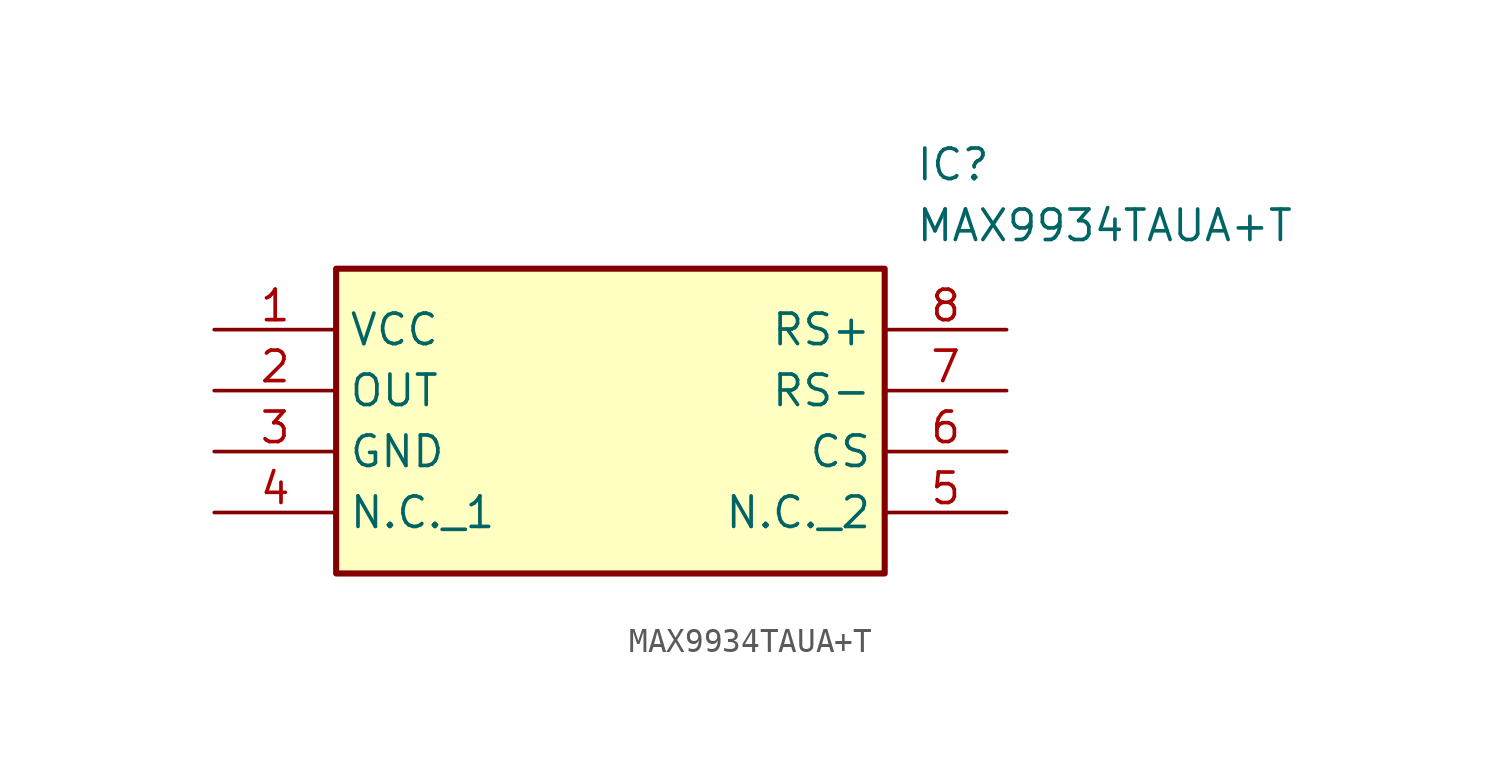
<source format=kicad_sym>
(kicad_symbol_lib
  (version 20220914)
  (generator kicad_symbol_editor)
  (symbol "MAX9934TAUA+T"
    (property "Reference" "IC"
      (at 29.21 7.62 0)
      (effects (font (size 1.27 1.27)) (justify left top)))
    (property "Value" "MAX9934TAUA+T"
      (at 29.21 5.08 0)
      (effects (font (size 1.27 1.27)) (justify left top)))
    (symbol "MAX9934TAUA+T_1_1"
      (rectangle (start 5.08 2.54) (end 27.94 -10.16) (stroke (width 0.254) (type default)) (fill (type background)))
      (pin passive line (at 0 0 0) (length 5.08) (name "VCC" (effects (font (size 1.27 1.27)))) (number "1" (effects (font (size 1.27 1.27)))))
      (pin passive line (at 0 -2.54 0) (length 5.08) (name "OUT" (effects (font (size 1.27 1.27)))) (number "2" (effects (font (size 1.27 1.27)))))
      (pin passive line (at 0 -5.08 0) (length 5.08) (name "GND" (effects (font (size 1.27 1.27)))) (number "3" (effects (font (size 1.27 1.27)))))
      (pin passive line (at 0 -7.62 0) (length 5.08) (name "N.C._1" (effects (font (size 1.27 1.27)))) (number "4" (effects (font (size 1.27 1.27)))))
      (pin passive line (at 33.02 -7.62 180) (length 5.08) (name "N.C._2" (effects (font (size 1.27 1.27)))) (number "5" (effects (font (size 1.27 1.27)))))
      (pin passive line (at 33.02 -5.08 180) (length 5.08) (name "CS" (effects (font (size 1.27 1.27)))) (number "6" (effects (font (size 1.27 1.27)))))
      (pin passive line (at 33.02 -2.54 180) (length 5.08) (name "RS-" (effects (font (size 1.27 1.27)))) (number "7" (effects (font (size 1.27 1.27)))))
      (pin passive line (at 33.02 0 180) (length 5.08) (name "RS+" (effects (font (size 1.27 1.27)))) (number "8" (effects (font (size 1.27 1.27))))))))
</source>
